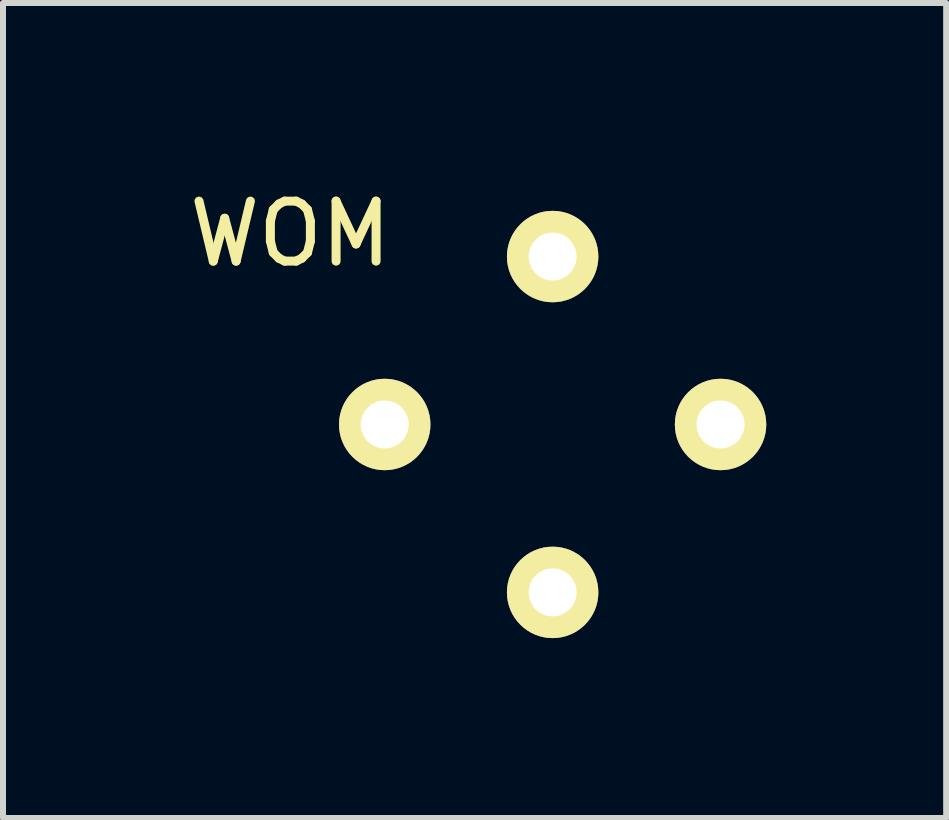
<source format=kicad_pcb>
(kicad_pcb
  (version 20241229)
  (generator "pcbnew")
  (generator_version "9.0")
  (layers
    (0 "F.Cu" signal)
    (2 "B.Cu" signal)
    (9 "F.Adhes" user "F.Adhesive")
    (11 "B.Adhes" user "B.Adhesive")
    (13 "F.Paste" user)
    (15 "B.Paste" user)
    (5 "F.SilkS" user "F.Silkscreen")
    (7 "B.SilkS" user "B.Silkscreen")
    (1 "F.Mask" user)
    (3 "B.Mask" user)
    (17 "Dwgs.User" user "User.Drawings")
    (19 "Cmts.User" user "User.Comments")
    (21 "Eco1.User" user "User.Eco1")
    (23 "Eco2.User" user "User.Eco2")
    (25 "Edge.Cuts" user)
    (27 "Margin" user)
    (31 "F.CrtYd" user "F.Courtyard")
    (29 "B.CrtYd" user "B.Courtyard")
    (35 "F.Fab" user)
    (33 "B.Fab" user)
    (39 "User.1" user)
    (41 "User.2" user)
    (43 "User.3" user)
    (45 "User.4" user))
  (footprint "WOM"
    (layer "F.Cu")
    (at 6.165 4.028)
    (property "Reference" "WOM" (at -4.373 -3.179 0) (layer "F.SilkS") (effects (font (size 1 1) (thickness 0.15))))
    (attr through_hole)
    (pad "1" thru_hole circle (at 0 2.8) (size 1.524 1.524) (drill 0.8) (layers "*.Cu" "*.Mask" "F.SilkS"))
    (pad "2" thru_hole circle (at 2.8 0) (size 1.524 1.524) (drill 0.8) (layers "*.Cu" "*.Mask" "F.SilkS"))
    (pad "3" thru_hole circle (at 0 -2.8) (size 1.524 1.524) (drill 0.8) (layers "*.Cu" "*.Mask" "F.SilkS"))
    (pad "4" thru_hole circle (at -2.8 0) (size 1.524 1.524) (drill 0.8) (layers "*.Cu" "*.Mask" "F.SilkS")))
  (gr_rect
    (start -3 -3)
    (end 12.727 10.59)
    (stroke (width 0.1) (type default))
    (fill no)
    (layer "Edge.Cuts")))
</source>
